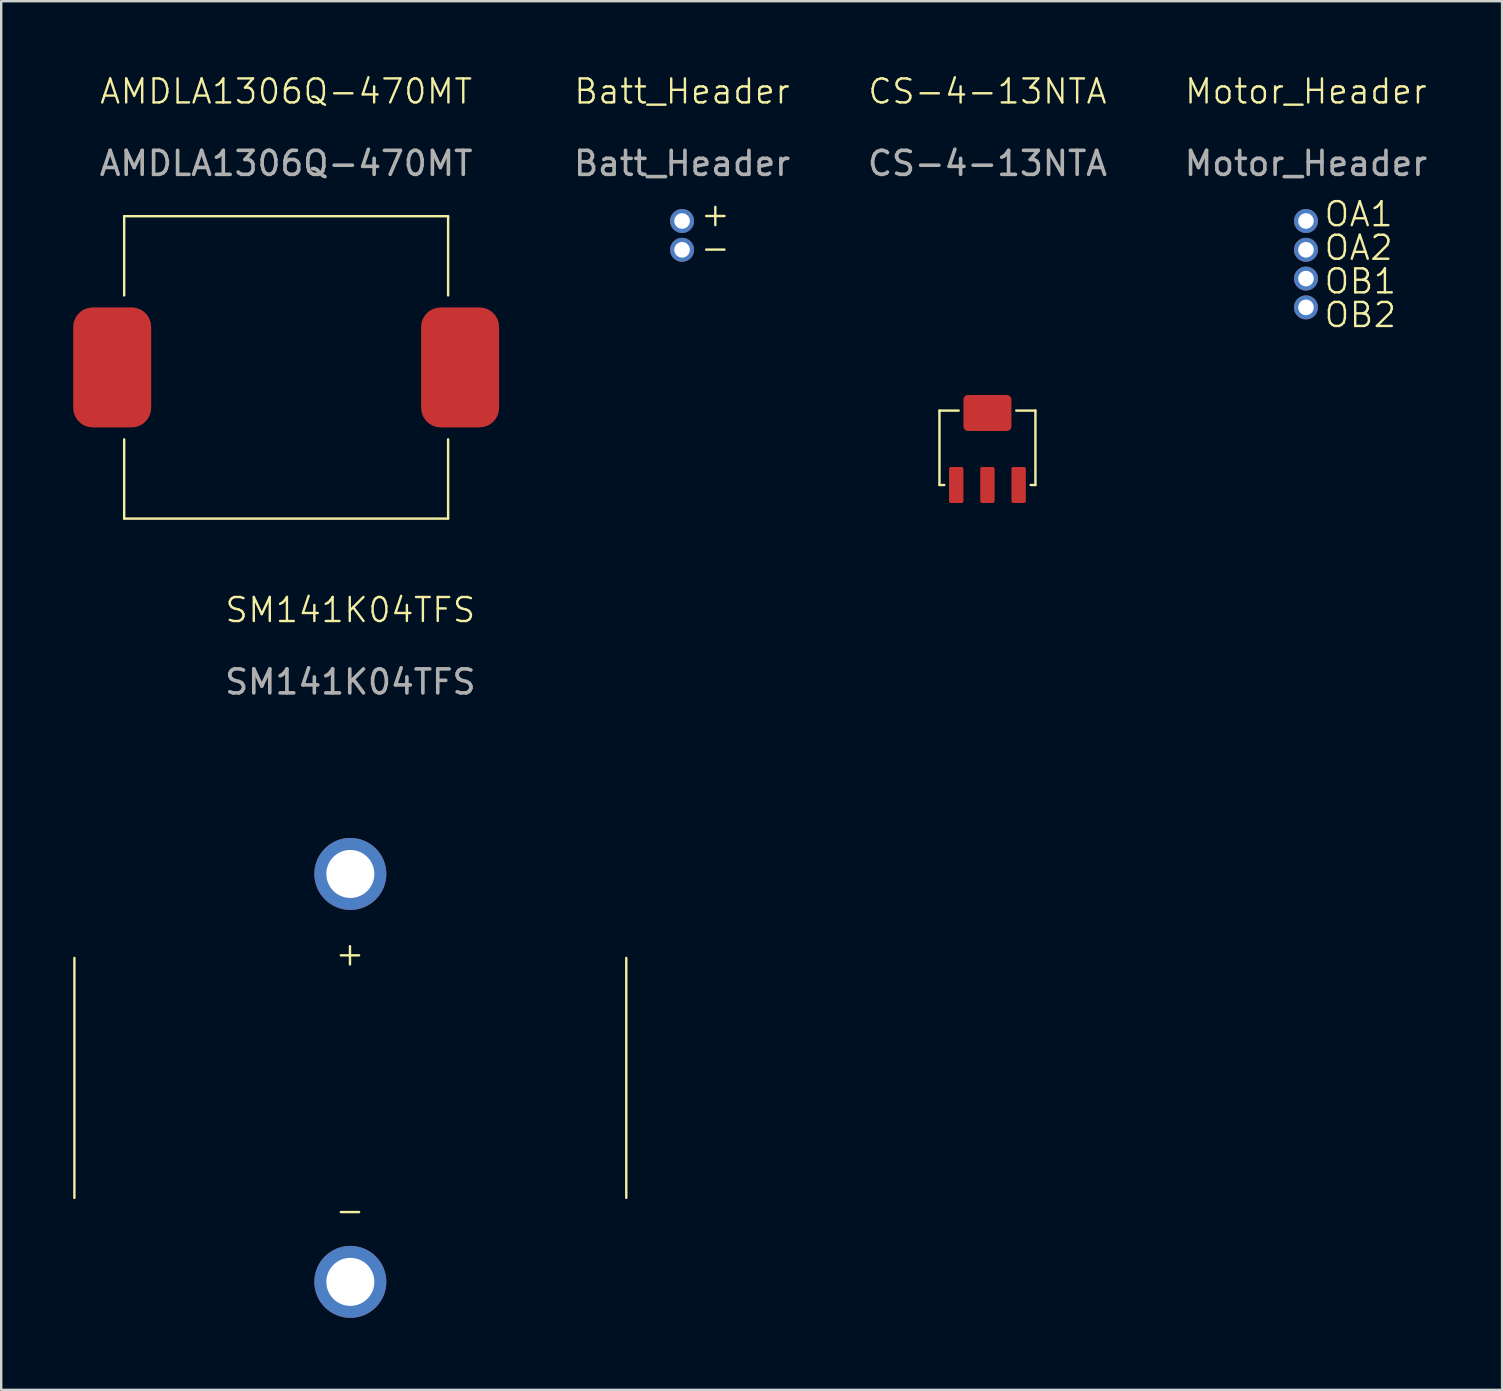
<source format=kicad_pcb>
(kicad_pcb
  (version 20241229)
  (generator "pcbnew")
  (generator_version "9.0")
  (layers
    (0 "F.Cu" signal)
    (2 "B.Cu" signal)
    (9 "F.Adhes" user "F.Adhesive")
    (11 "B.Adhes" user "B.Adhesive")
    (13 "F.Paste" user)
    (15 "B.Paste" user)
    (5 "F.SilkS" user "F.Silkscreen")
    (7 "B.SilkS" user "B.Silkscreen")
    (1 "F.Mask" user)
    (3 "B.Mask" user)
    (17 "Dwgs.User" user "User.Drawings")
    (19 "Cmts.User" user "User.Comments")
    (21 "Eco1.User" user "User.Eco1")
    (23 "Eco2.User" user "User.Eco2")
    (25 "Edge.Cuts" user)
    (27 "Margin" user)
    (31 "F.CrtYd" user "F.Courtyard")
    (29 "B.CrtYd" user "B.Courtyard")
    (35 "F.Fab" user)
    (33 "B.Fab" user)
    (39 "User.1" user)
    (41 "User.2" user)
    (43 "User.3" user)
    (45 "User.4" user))
  (footprint "AMDLA1306Q-470MT"
    (layer "F.Cu")
    (at 8.875 12.261)
    (property "Reference" "AMDLA1306Q-470MT" (at 0 -11.5 0) (unlocked yes) (layer "F.SilkS") (effects (font (size 1 1) (thickness 0.1))))
    (attr smd)
    (fp_line (start -6.75 -6.3) (end 6.75 -6.3) (stroke (width 0.1) (type default)) (layer "F.SilkS"))
    (fp_line (start -6.75 -3) (end -6.75 -6.3) (stroke (width 0.1) (type default)) (layer "F.SilkS"))
    (fp_line (start -6.75 6.3) (end -6.75 3) (stroke (width 0.1) (type default)) (layer "F.SilkS"))
    (fp_line (start 6.75 -6.3) (end 6.75 -3) (stroke (width 0.1) (type default)) (layer "F.SilkS"))
    (fp_line (start 6.75 3) (end 6.75 6.3) (stroke (width 0.1) (type default)) (layer "F.SilkS"))
    (fp_line (start 6.75 6.3) (end -6.75 6.3) (stroke (width 0.1) (type default)) (layer "F.SilkS"))
    (fp_text user "${REFERENCE}" (at 0 -8.5 0) (unlocked yes) (layer "F.Fab") (effects (font (size 1 1) (thickness 0.15))))
    (pad "1" smd roundrect (at -7.25 0) (size 3.25 5) (layers "F.Cu" "F.Mask" "F.Paste") (roundrect_rratio 0.25))
    (pad "2" smd roundrect (at 7.25 0) (size 3.25 5) (layers "F.Cu" "F.Mask" "F.Paste") (roundrect_rratio 0.25)))
  (footprint "CS-4-13NTA"
    (layer "F.Cu")
    (at 38.101 15.661)
    (property "Reference" "CS-4-13NTA" (at 0 -14.9 0) (unlocked yes) (layer "F.SilkS") (effects (font (size 1 1) (thickness 0.1))))
    (attr smd)
    (fp_line (start -2 -1.6) (end -1.2 -1.6) (stroke (width 0.1) (type default)) (layer "F.SilkS"))
    (fp_line (start -2 1.5) (end -2 -1.6) (stroke (width 0.1) (type default)) (layer "F.SilkS"))
    (fp_line (start -1.8 1.5) (end -2 1.5) (stroke (width 0.1) (type default)) (layer "F.SilkS"))
    (fp_line (start 1.2 -1.6) (end 2 -1.6) (stroke (width 0.1) (type default)) (layer "F.SilkS"))
    (fp_line (start 2 -1.6) (end 2 1.5) (stroke (width 0.1) (type default)) (layer "F.SilkS"))
    (fp_line (start 2 1.5) (end 1.8 1.5) (stroke (width 0.1) (type default)) (layer "F.SilkS"))
    (fp_text user "${REFERENCE}" (at 0 -11.9 0) (unlocked yes) (layer "F.Fab") (effects (font (size 1 1) (thickness 0.15))))
    (pad "1" smd roundrect (at -1.3 1.5) (size 0.6 1.5) (layers "F.Cu" "F.Mask" "F.Paste") (roundrect_rratio 0.125))
    (pad "2" smd roundrect (at 0 1.5) (size 0.6 1.5) (layers "F.Cu" "F.Mask" "F.Paste") (roundrect_rratio 0.125))
    (pad "3" smd roundrect (at 0 -1.5) (size 2 1.5) (layers "F.Cu" "F.Mask" "F.Paste") (roundrect_rratio 0.125))
    (pad "4" smd roundrect (at 1.3 1.5) (size 0.6 1.5) (layers "F.Cu" "F.Mask" "F.Paste") (roundrect_rratio 0.125)))
  (footprint "Batt_Header"
    (layer "F.Cu")
    (at 25.375 7.96)
    (property "Reference" "Batt_Header" (at 0 -7.2 0) (unlocked yes) (layer "F.SilkS") (effects (font (size 1 1) (thickness 0.1))))
    (attr through_hole)
    (fp_text user "-" (at 0.7 -0.1 0) (unlocked yes) (layer "F.SilkS") (effects (font (size 1 1) (thickness 0.1)) (justify left bottom)))
    (fp_text user "+" (at 0.7 -1.5 0) (unlocked yes) (layer "F.SilkS") (effects (font (size 1 1) (thickness 0.1)) (justify left bottom)))
    (fp_text user "${REFERENCE}" (at 0 -4.2 0) (unlocked yes) (layer "F.Fab") (effects (font (size 1 1) (thickness 0.15))))
    (pad "1" thru_hole circle (at 0 -1.8) (size 1 1) (drill 0.65) (layers "*.Cu" "*.Mask"))
    (pad "2" thru_hole circle (at 0 -0.6) (size 1 1) (drill 0.65) (layers "*.Cu" "*.Mask")))
  (footprint "Motor_Header"
    (layer "F.Cu")
    (at 51.375 7.96)
    (property "Reference" "Motor_Header" (at 0 -7.2 0) (unlocked yes) (layer "F.SilkS") (effects (font (size 1 1) (thickness 0.1))))
    (attr through_hole)
    (fp_text user "OA1" (at 0.7 -1.5 0) (unlocked yes) (layer "F.SilkS") (effects (font (size 1 1) (thickness 0.1)) (justify left bottom)))
    (fp_text user "OB1" (at 0.7 1.3 0) (unlocked yes) (layer "F.SilkS") (effects (font (size 1 1) (thickness 0.1)) (justify left bottom)))
    (fp_text user "OB2" (at 0.7 2.7 0) (unlocked yes) (layer "F.SilkS") (effects (font (size 1 1) (thickness 0.1)) (justify left bottom)))
    (fp_text user "OA2" (at 0.7 -0.1 0) (unlocked yes) (layer "F.SilkS") (effects (font (size 1 1) (thickness 0.1)) (justify left bottom)))
    (fp_text user "${REFERENCE}" (at 0 -4.2 0) (unlocked yes) (layer "F.Fab") (effects (font (size 1 1) (thickness 0.15))))
    (pad "1" thru_hole circle (at 0 -1.8) (size 1 1) (drill 0.65) (layers "*.Cu" "*.Mask"))
    (pad "2" thru_hole circle (at 0 -0.6) (size 1 1) (drill 0.65) (layers "*.Cu" "*.Mask"))
    (pad "3" thru_hole circle (at 0 0.6) (size 1 1) (drill 0.65) (layers "*.Cu" "*.Mask"))
    (pad "4" thru_hole circle (at 0 1.8) (size 1 1) (drill 0.65) (layers "*.Cu" "*.Mask")))
  (footprint "SM141K04TFS"
    (layer "F.Cu")
    (at 11.55 41.871)
    (property "Reference" "SM141K04TFS" (at 0 -19.5 0) (unlocked yes) (layer "F.SilkS") (effects (font (size 1 1) (thickness 0.1))))
    (attr through_hole)
    (fp_line (start -11.5 -5) (end -11.5 5) (stroke (width 0.1) (type default)) (layer "F.SilkS"))
    (fp_line (start 11.5 -5) (end 11.5 5) (stroke (width 0.1) (type default)) (layer "F.SilkS"))
    (fp_text user "-" (at -0.7 6.1 0) (unlocked yes) (layer "F.SilkS") (effects (font (size 1 1) (thickness 0.1)) (justify left bottom)))
    (fp_text user "+" (at -0.7 -4.6 0) (unlocked yes) (layer "F.SilkS") (effects (font (size 1 1) (thickness 0.1)) (justify left bottom)))
    (fp_text user "${REFERENCE}" (at 0 -16.5 0) (unlocked yes) (layer "F.Fab") (effects (font (size 1 1) (thickness 0.15))))
    (pad "1" thru_hole circle (at 0 -8.5) (size 3 3) (drill 2) (layers "*.Cu" "*.Mask"))
    (pad "2" thru_hole circle (at 0 8.5) (size 3 3) (drill 2) (layers "*.Cu" "*.Mask")))
  (gr_rect
    (start -3 -3)
    (end 59.548 54.871)
    (stroke (width 0.1) (type default))
    (fill no)
    (layer "Edge.Cuts")))
</source>
